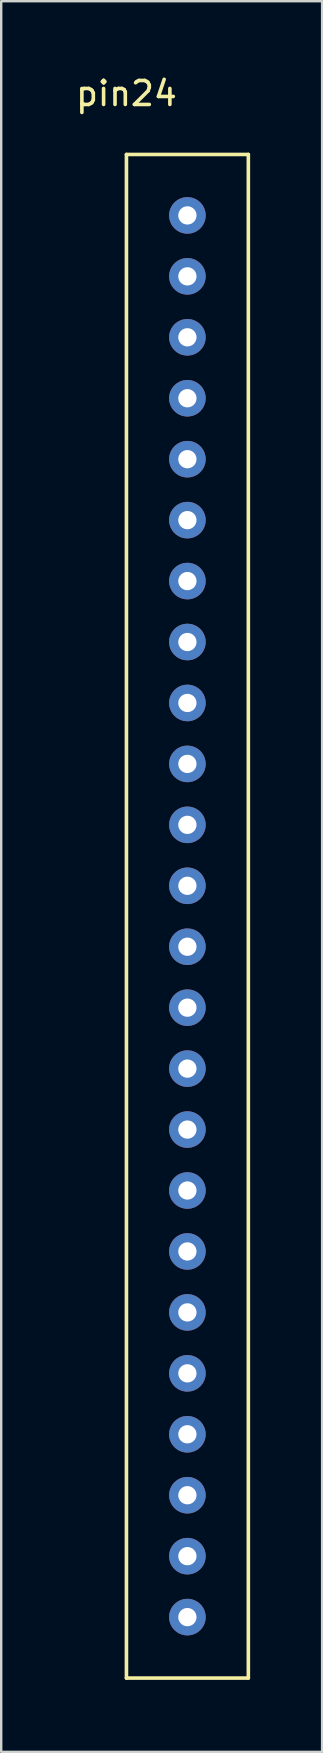
<source format=kicad_pcb>
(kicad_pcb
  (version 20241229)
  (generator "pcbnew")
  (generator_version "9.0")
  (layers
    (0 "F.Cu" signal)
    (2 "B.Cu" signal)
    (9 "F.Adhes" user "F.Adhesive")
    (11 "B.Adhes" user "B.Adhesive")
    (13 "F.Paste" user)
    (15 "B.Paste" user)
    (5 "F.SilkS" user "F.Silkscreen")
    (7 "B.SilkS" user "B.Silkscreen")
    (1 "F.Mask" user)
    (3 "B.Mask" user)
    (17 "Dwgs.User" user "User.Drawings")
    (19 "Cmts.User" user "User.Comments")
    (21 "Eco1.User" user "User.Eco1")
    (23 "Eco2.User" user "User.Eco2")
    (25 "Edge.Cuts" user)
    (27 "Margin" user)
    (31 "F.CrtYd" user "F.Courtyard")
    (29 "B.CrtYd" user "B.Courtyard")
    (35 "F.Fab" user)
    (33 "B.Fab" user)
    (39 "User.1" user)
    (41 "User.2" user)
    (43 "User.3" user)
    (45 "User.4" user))
  (footprint "pin24"
    (layer "F.Cu")
    (at 2.22 3.388)
    (property "Reference" "pin24" (at 0 -2.54 0) (layer "F.SilkS") (effects (font (size 1 1) (thickness 0.15))))
    (attr through_hole)
    (fp_line (start 0 0) (end 5.08 0) (stroke (width 0.15) (type solid)) (layer "F.SilkS"))
    (fp_line (start 0 63.5) (end 0 0) (stroke (width 0.15) (type solid)) (layer "F.SilkS"))
    (fp_line (start 5.08 0) (end 5.08 63.5) (stroke (width 0.15) (type solid)) (layer "F.SilkS"))
    (fp_line (start 5.08 63.5) (end 0 63.5) (stroke (width 0.15) (type solid)) (layer "F.SilkS"))
    (pad "1" thru_hole circle (at 2.54 2.54) (size 1.524 1.524) (drill 0.762) (layers "*.Cu" "*.Mask"))
    (pad "2" thru_hole circle (at 2.54 5.08) (size 1.524 1.524) (drill 0.762) (layers "*.Cu" "*.Mask"))
    (pad "3" thru_hole circle (at 2.54 7.62) (size 1.524 1.524) (drill 0.762) (layers "*.Cu" "*.Mask"))
    (pad "4" thru_hole circle (at 2.54 10.16) (size 1.524 1.524) (drill 0.762) (layers "*.Cu" "*.Mask"))
    (pad "5" thru_hole circle (at 2.54 12.7) (size 1.524 1.524) (drill 0.762) (layers "*.Cu" "*.Mask"))
    (pad "6" thru_hole circle (at 2.54 15.24) (size 1.524 1.524) (drill 0.762) (layers "*.Cu" "*.Mask"))
    (pad "7" thru_hole circle (at 2.54 17.78) (size 1.524 1.524) (drill 0.762) (layers "*.Cu" "*.Mask"))
    (pad "8" thru_hole circle (at 2.54 20.32) (size 1.524 1.524) (drill 0.762) (layers "*.Cu" "*.Mask"))
    (pad "9" thru_hole circle (at 2.54 22.86) (size 1.524 1.524) (drill 0.762) (layers "*.Cu" "*.Mask"))
    (pad "10" thru_hole circle (at 2.54 25.4) (size 1.524 1.524) (drill 0.762) (layers "*.Cu" "*.Mask"))
    (pad "11" thru_hole circle (at 2.54 27.94) (size 1.524 1.524) (drill 0.762) (layers "*.Cu" "*.Mask"))
    (pad "12" thru_hole circle (at 2.54 30.48) (size 1.524 1.524) (drill 0.762) (layers "*.Cu" "*.Mask"))
    (pad "13" thru_hole circle (at 2.54 33.02) (size 1.524 1.524) (drill 0.762) (layers "*.Cu" "*.Mask"))
    (pad "14" thru_hole circle (at 2.54 35.56) (size 1.524 1.524) (drill 0.762) (layers "*.Cu" "*.Mask"))
    (pad "15" thru_hole circle (at 2.54 38.1) (size 1.524 1.524) (drill 0.762) (layers "*.Cu" "*.Mask"))
    (pad "16" thru_hole circle (at 2.54 40.64) (size 1.524 1.524) (drill 0.762) (layers "*.Cu" "*.Mask"))
    (pad "17" thru_hole circle (at 2.54 43.18) (size 1.524 1.524) (drill 0.762) (layers "*.Cu" "*.Mask"))
    (pad "18" thru_hole circle (at 2.54 45.72) (size 1.524 1.524) (drill 0.762) (layers "*.Cu" "*.Mask"))
    (pad "19" thru_hole circle (at 2.54 48.26) (size 1.524 1.524) (drill 0.762) (layers "*.Cu" "*.Mask"))
    (pad "20" thru_hole circle (at 2.54 50.8) (size 1.524 1.524) (drill 0.762) (layers "*.Cu" "*.Mask"))
    (pad "21" thru_hole circle (at 2.54 53.34) (size 1.524 1.524) (drill 0.762) (layers "*.Cu" "*.Mask"))
    (pad "22" thru_hole circle (at 2.54 55.88) (size 1.524 1.524) (drill 0.762) (layers "*.Cu" "*.Mask"))
    (pad "23" thru_hole circle (at 2.54 58.42) (size 1.524 1.524) (drill 0.762) (layers "*.Cu" "*.Mask"))
    (pad "24" thru_hole circle (at 2.54 60.96) (size 1.524 1.524) (drill 0.762) (layers "*.Cu" "*.Mask")))
  (gr_rect
    (start -3 -3)
    (end 10.375 69.963)
    (stroke (width 0.1) (type default))
    (fill no)
    (layer "Edge.Cuts")))
</source>
